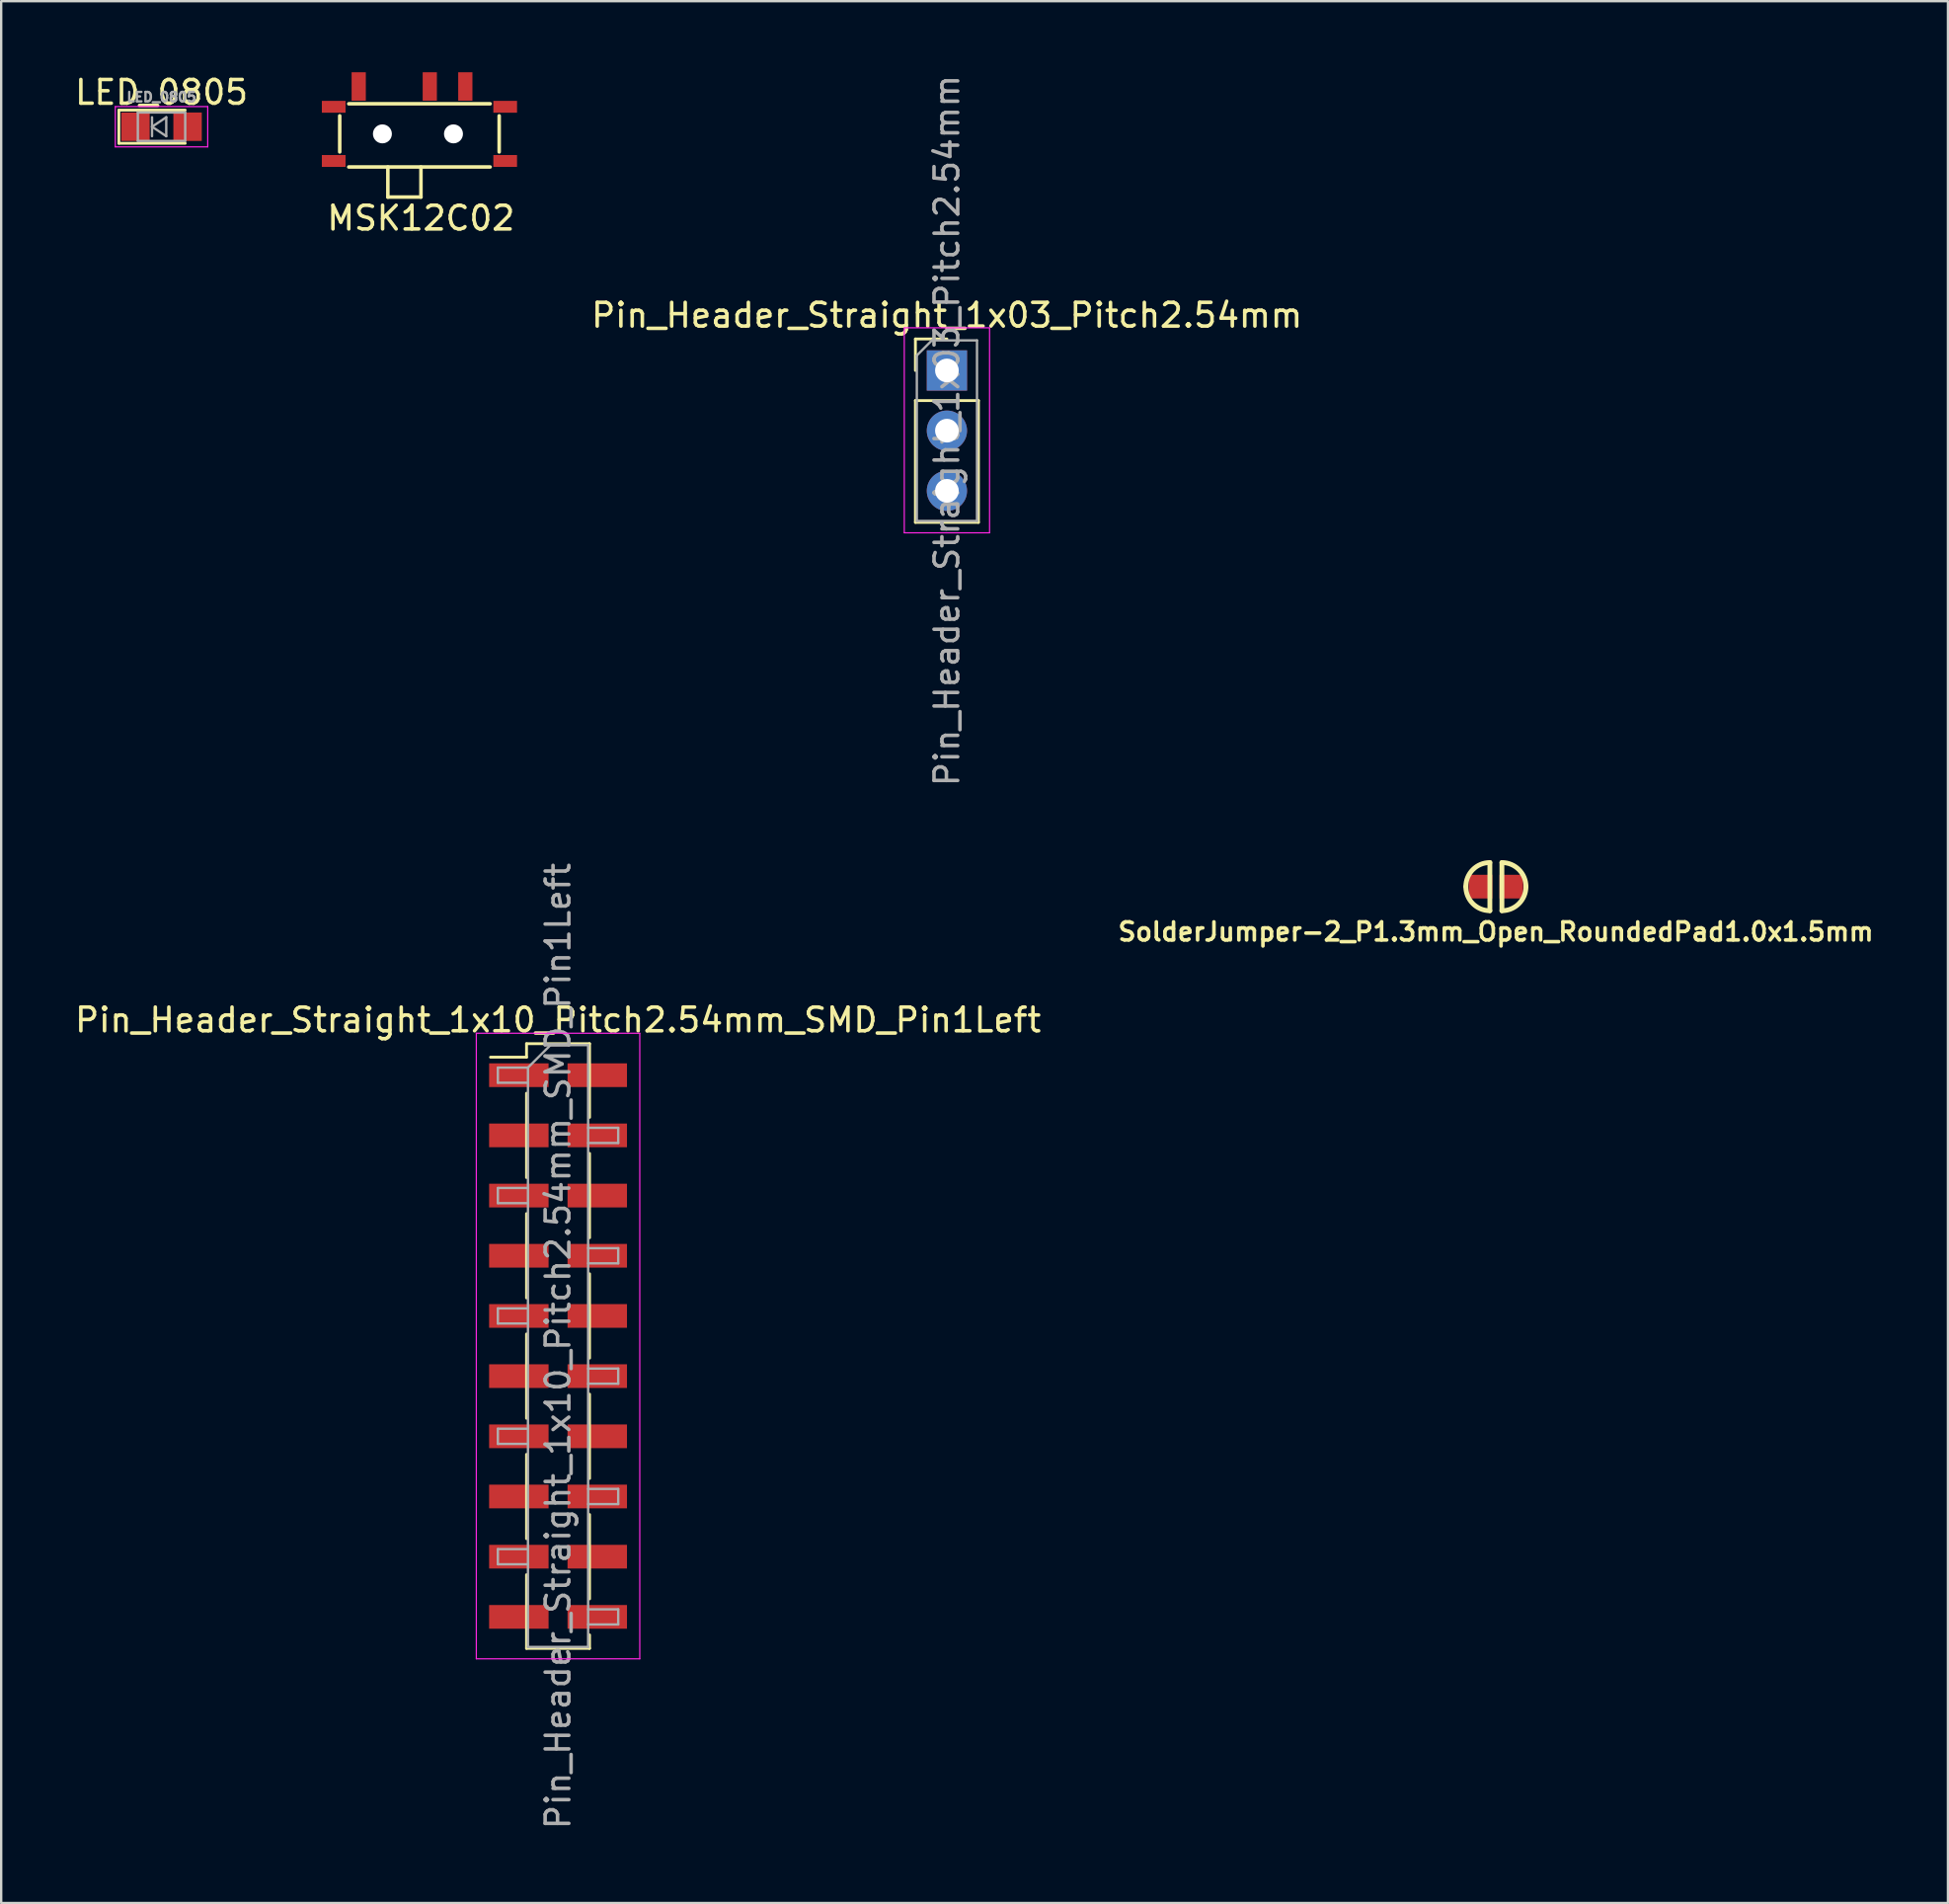
<source format=kicad_pcb>
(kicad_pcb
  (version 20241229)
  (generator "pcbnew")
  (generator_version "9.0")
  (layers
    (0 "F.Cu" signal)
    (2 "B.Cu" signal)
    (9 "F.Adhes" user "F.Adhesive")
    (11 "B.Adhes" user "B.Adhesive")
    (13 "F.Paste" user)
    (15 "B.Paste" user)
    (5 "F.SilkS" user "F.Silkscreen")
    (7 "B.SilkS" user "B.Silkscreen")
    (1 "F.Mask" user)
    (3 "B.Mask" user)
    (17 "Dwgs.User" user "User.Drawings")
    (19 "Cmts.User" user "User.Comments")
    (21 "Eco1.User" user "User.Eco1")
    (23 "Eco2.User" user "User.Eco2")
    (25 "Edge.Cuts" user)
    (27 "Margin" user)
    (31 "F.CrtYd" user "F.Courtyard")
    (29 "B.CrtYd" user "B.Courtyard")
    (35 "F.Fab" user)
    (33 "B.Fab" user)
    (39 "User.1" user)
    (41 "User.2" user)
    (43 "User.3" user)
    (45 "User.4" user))
  (footprint "Pin_Header_Straight_1x03_Pitch2.54mm"
    (layer "F.Cu")
    (at 36.921 12.585)
    (property "Reference" "Pin_Header_Straight_1x03_Pitch2.54mm" (at 0 -2.33 0) (layer "F.SilkS") (effects (font (size 1 1) (thickness 0.15))))
    (attr through_hole)
    (fp_line (start -1.33 -1.33) (end 0 -1.33) (stroke (width 0.12) (type solid)) (layer "F.SilkS"))
    (fp_line (start -1.33 0) (end -1.33 -1.33) (stroke (width 0.12) (type solid)) (layer "F.SilkS"))
    (fp_line (start -1.33 1.27) (end -1.33 6.41) (stroke (width 0.12) (type solid)) (layer "F.SilkS"))
    (fp_line (start -1.33 1.27) (end 1.33 1.27) (stroke (width 0.12) (type solid)) (layer "F.SilkS"))
    (fp_line (start -1.33 6.41) (end 1.33 6.41) (stroke (width 0.12) (type solid)) (layer "F.SilkS"))
    (fp_line (start 1.33 1.27) (end 1.33 6.41) (stroke (width 0.12) (type solid)) (layer "F.SilkS"))
    (fp_line (start -1.8 -1.8) (end -1.8 6.85) (stroke (width 0.05) (type solid)) (layer "F.CrtYd"))
    (fp_line (start -1.8 6.85) (end 1.8 6.85) (stroke (width 0.05) (type solid)) (layer "F.CrtYd"))
    (fp_line (start 1.8 -1.8) (end -1.8 -1.8) (stroke (width 0.05) (type solid)) (layer "F.CrtYd"))
    (fp_line (start 1.8 6.85) (end 1.8 -1.8) (stroke (width 0.05) (type solid)) (layer "F.CrtYd"))
    (fp_line (start -1.27 -0.635) (end -0.635 -1.27) (stroke (width 0.1) (type solid)) (layer "F.Fab"))
    (fp_line (start -1.27 6.35) (end -1.27 -0.635) (stroke (width 0.1) (type solid)) (layer "F.Fab"))
    (fp_line (start -0.635 -1.27) (end 1.27 -1.27) (stroke (width 0.1) (type solid)) (layer "F.Fab"))
    (fp_line (start 1.27 -1.27) (end 1.27 6.35) (stroke (width 0.1) (type solid)) (layer "F.Fab"))
    (fp_line (start 1.27 6.35) (end -1.27 6.35) (stroke (width 0.1) (type solid)) (layer "F.Fab"))
    (fp_text user "${REFERENCE}" (at 0 2.54 90) (layer "F.Fab") (effects (font (size 1 1) (thickness 0.15))))
    (pad "1" thru_hole rect (at 0 0) (size 1.7 1.7) (drill 1) (layers "*.Cu" "*.Mask"))
    (pad "2" thru_hole oval (at 0 2.54) (size 1.7 1.7) (drill 1) (layers "*.Cu" "*.Mask"))
    (pad "3" thru_hole oval (at 0 5.08) (size 1.7 1.7) (drill 1) (layers "*.Cu" "*.Mask")))
  (footprint "Pin_Header_Straight_1x10_Pitch2.54mm_SMD_Pin1Left"
    (layer "F.Cu")
    (at 20.506 53.756)
    (property "Reference" "Pin_Header_Straight_1x10_Pitch2.54mm_SMD_Pin1Left" (at 0 -13.76 0) (layer "F.SilkS") (effects (font (size 1 1) (thickness 0.15))))
    (attr smd)
    (fp_line (start -1.33 -12.76) (end -1.33 -12.19) (stroke (width 0.12) (type solid)) (layer "F.SilkS"))
    (fp_line (start -1.33 -12.76) (end 1.33 -12.76) (stroke (width 0.12) (type solid)) (layer "F.SilkS"))
    (fp_line (start -1.33 -12.19) (end -2.85 -12.19) (stroke (width 0.12) (type solid)) (layer "F.SilkS"))
    (fp_line (start -1.33 -10.67) (end -1.33 -7.11) (stroke (width 0.12) (type solid)) (layer "F.SilkS"))
    (fp_line (start -1.33 -5.59) (end -1.33 -2.03) (stroke (width 0.12) (type solid)) (layer "F.SilkS"))
    (fp_line (start -1.33 -0.51) (end -1.33 3.05) (stroke (width 0.12) (type solid)) (layer "F.SilkS"))
    (fp_line (start -1.33 4.57) (end -1.33 8.13) (stroke (width 0.12) (type solid)) (layer "F.SilkS"))
    (fp_line (start -1.33 9.65) (end -1.33 12.76) (stroke (width 0.12) (type solid)) (layer "F.SilkS"))
    (fp_line (start -1.33 12.76) (end 1.33 12.76) (stroke (width 0.12) (type solid)) (layer "F.SilkS"))
    (fp_line (start 1.33 -12.76) (end 1.33 -9.65) (stroke (width 0.12) (type solid)) (layer "F.SilkS"))
    (fp_line (start 1.33 -8.13) (end 1.33 -4.57) (stroke (width 0.12) (type solid)) (layer "F.SilkS"))
    (fp_line (start 1.33 -3.05) (end 1.33 0.51) (stroke (width 0.12) (type solid)) (layer "F.SilkS"))
    (fp_line (start 1.33 2.03) (end 1.33 5.59) (stroke (width 0.12) (type solid)) (layer "F.SilkS"))
    (fp_line (start 1.33 7.11) (end 1.33 10.67) (stroke (width 0.12) (type solid)) (layer "F.SilkS"))
    (fp_line (start 1.33 12.19) (end 1.33 12.76) (stroke (width 0.12) (type solid)) (layer "F.SilkS"))
    (fp_line (start -3.45 -13.2) (end -3.45 13.2) (stroke (width 0.05) (type solid)) (layer "F.CrtYd"))
    (fp_line (start -3.45 13.2) (end 3.45 13.2) (stroke (width 0.05) (type solid)) (layer "F.CrtYd"))
    (fp_line (start 3.45 -13.2) (end -3.45 -13.2) (stroke (width 0.05) (type solid)) (layer "F.CrtYd"))
    (fp_line (start 3.45 13.2) (end 3.45 -13.2) (stroke (width 0.05) (type solid)) (layer "F.CrtYd"))
    (fp_line (start -2.54 -11.75) (end -2.54 -11.11) (stroke (width 0.1) (type solid)) (layer "F.Fab"))
    (fp_line (start -2.54 -11.11) (end -1.27 -11.11) (stroke (width 0.1) (type solid)) (layer "F.Fab"))
    (fp_line (start -2.54 -6.67) (end -2.54 -6.03) (stroke (width 0.1) (type solid)) (layer "F.Fab"))
    (fp_line (start -2.54 -6.03) (end -1.27 -6.03) (stroke (width 0.1) (type solid)) (layer "F.Fab"))
    (fp_line (start -2.54 -1.59) (end -2.54 -0.95) (stroke (width 0.1) (type solid)) (layer "F.Fab"))
    (fp_line (start -2.54 -0.95) (end -1.27 -0.95) (stroke (width 0.1) (type solid)) (layer "F.Fab"))
    (fp_line (start -2.54 3.49) (end -2.54 4.13) (stroke (width 0.1) (type solid)) (layer "F.Fab"))
    (fp_line (start -2.54 4.13) (end -1.27 4.13) (stroke (width 0.1) (type solid)) (layer "F.Fab"))
    (fp_line (start -2.54 8.57) (end -2.54 9.21) (stroke (width 0.1) (type solid)) (layer "F.Fab"))
    (fp_line (start -2.54 9.21) (end -1.27 9.21) (stroke (width 0.1) (type solid)) (layer "F.Fab"))
    (fp_line (start -1.27 -11.75) (end -2.54 -11.75) (stroke (width 0.1) (type solid)) (layer "F.Fab"))
    (fp_line (start -1.27 -11.75) (end -0.32 -12.7) (stroke (width 0.1) (type solid)) (layer "F.Fab"))
    (fp_line (start -1.27 -6.67) (end -2.54 -6.67) (stroke (width 0.1) (type solid)) (layer "F.Fab"))
    (fp_line (start -1.27 -1.59) (end -2.54 -1.59) (stroke (width 0.1) (type solid)) (layer "F.Fab"))
    (fp_line (start -1.27 3.49) (end -2.54 3.49) (stroke (width 0.1) (type solid)) (layer "F.Fab"))
    (fp_line (start -1.27 8.57) (end -2.54 8.57) (stroke (width 0.1) (type solid)) (layer "F.Fab"))
    (fp_line (start -1.27 12.7) (end -1.27 -11.75) (stroke (width 0.1) (type solid)) (layer "F.Fab"))
    (fp_line (start -0.32 -12.7) (end 1.27 -12.7) (stroke (width 0.1) (type solid)) (layer "F.Fab"))
    (fp_line (start 1.27 -12.7) (end 1.27 12.7) (stroke (width 0.1) (type solid)) (layer "F.Fab"))
    (fp_line (start 1.27 -9.21) (end 2.54 -9.21) (stroke (width 0.1) (type solid)) (layer "F.Fab"))
    (fp_line (start 1.27 -4.13) (end 2.54 -4.13) (stroke (width 0.1) (type solid)) (layer "F.Fab"))
    (fp_line (start 1.27 0.95) (end 2.54 0.95) (stroke (width 0.1) (type solid)) (layer "F.Fab"))
    (fp_line (start 1.27 6.03) (end 2.54 6.03) (stroke (width 0.1) (type solid)) (layer "F.Fab"))
    (fp_line (start 1.27 11.11) (end 2.54 11.11) (stroke (width 0.1) (type solid)) (layer "F.Fab"))
    (fp_line (start 1.27 12.7) (end -1.27 12.7) (stroke (width 0.1) (type solid)) (layer "F.Fab"))
    (fp_line (start 2.54 -9.21) (end 2.54 -8.57) (stroke (width 0.1) (type solid)) (layer "F.Fab"))
    (fp_line (start 2.54 -8.57) (end 1.27 -8.57) (stroke (width 0.1) (type solid)) (layer "F.Fab"))
    (fp_line (start 2.54 -4.13) (end 2.54 -3.49) (stroke (width 0.1) (type solid)) (layer "F.Fab"))
    (fp_line (start 2.54 -3.49) (end 1.27 -3.49) (stroke (width 0.1) (type solid)) (layer "F.Fab"))
    (fp_line (start 2.54 0.95) (end 2.54 1.59) (stroke (width 0.1) (type solid)) (layer "F.Fab"))
    (fp_line (start 2.54 1.59) (end 1.27 1.59) (stroke (width 0.1) (type solid)) (layer "F.Fab"))
    (fp_line (start 2.54 6.03) (end 2.54 6.67) (stroke (width 0.1) (type solid)) (layer "F.Fab"))
    (fp_line (start 2.54 6.67) (end 1.27 6.67) (stroke (width 0.1) (type solid)) (layer "F.Fab"))
    (fp_line (start 2.54 11.11) (end 2.54 11.75) (stroke (width 0.1) (type solid)) (layer "F.Fab"))
    (fp_line (start 2.54 11.75) (end 1.27 11.75) (stroke (width 0.1) (type solid)) (layer "F.Fab"))
    (fp_text user "${REFERENCE}" (at 0 0 90) (layer "F.Fab") (effects (font (size 1 1) (thickness 0.15))))
    (pad "1" smd rect (at -1.655 -11.43) (size 2.51 1) (layers "F.Cu" "F.Mask" "F.Paste"))
    (pad "1" smd rect (at 1.655 -11.43) (size 2.51 1) (layers "F.Cu" "F.Mask" "F.Paste"))
    (pad "2" smd rect (at -1.655 -8.89) (size 2.51 1) (layers "F.Cu" "F.Mask" "F.Paste"))
    (pad "2" smd rect (at 1.655 -8.89) (size 2.51 1) (layers "F.Cu" "F.Mask" "F.Paste"))
    (pad "3" smd rect (at -1.655 -6.35) (size 2.51 1) (layers "F.Cu" "F.Mask" "F.Paste"))
    (pad "3" smd rect (at 1.655 -6.35) (size 2.51 1) (layers "F.Cu" "F.Mask" "F.Paste"))
    (pad "4" smd rect (at -1.655 -3.81) (size 2.51 1) (layers "F.Cu" "F.Mask" "F.Paste"))
    (pad "4" smd rect (at 1.655 -3.81) (size 2.51 1) (layers "F.Cu" "F.Mask" "F.Paste"))
    (pad "5" smd rect (at -1.655 -1.27) (size 2.51 1) (layers "F.Cu" "F.Mask" "F.Paste"))
    (pad "5" smd rect (at 1.655 -1.27) (size 2.51 1) (layers "F.Cu" "F.Mask" "F.Paste"))
    (pad "6" smd rect (at -1.655 1.27) (size 2.51 1) (layers "F.Cu" "F.Mask" "F.Paste"))
    (pad "6" smd rect (at 1.655 1.27) (size 2.51 1) (layers "F.Cu" "F.Mask" "F.Paste"))
    (pad "7" smd rect (at -1.655 3.81) (size 2.51 1) (layers "F.Cu" "F.Mask" "F.Paste"))
    (pad "7" smd rect (at 1.655 3.81) (size 2.51 1) (layers "F.Cu" "F.Mask" "F.Paste"))
    (pad "8" smd rect (at -1.655 6.35) (size 2.51 1) (layers "F.Cu" "F.Mask" "F.Paste"))
    (pad "8" smd rect (at 1.655 6.35) (size 2.51 1) (layers "F.Cu" "F.Mask" "F.Paste"))
    (pad "9" smd rect (at -1.655 8.89) (size 2.51 1) (layers "F.Cu" "F.Mask" "F.Paste"))
    (pad "9" smd rect (at 1.655 8.89) (size 2.51 1) (layers "F.Cu" "F.Mask" "F.Paste"))
    (pad "10" smd rect (at -1.655 11.43) (size 2.51 1) (layers "F.Cu" "F.Mask" "F.Paste"))
    (pad "10" smd rect (at 1.655 11.43) (size 2.51 1) (layers "F.Cu" "F.Mask" "F.Paste")))
  (footprint "MSK12C02"
    (layer "F.Cu")
    (at 14.592 2.6)
    (property "Reference" "MSK12C02" (at 0.127 3.556 0) (layer "F.SilkS") (effects (font (size 1 1) (thickness 0.15))))
    (attr through_hole)
    (fp_line (start -3.302 -0.762) (end -3.302 0.762) (stroke (width 0.15) (type solid)) (layer "F.SilkS"))
    (fp_line (start -2.921 -1.27) (end 3.048 -1.27) (stroke (width 0.15) (type solid)) (layer "F.SilkS"))
    (fp_line (start -2.921 1.397) (end 3.048 1.397) (stroke (width 0.15) (type solid)) (layer "F.SilkS"))
    (fp_line (start -1.27 1.397) (end -1.27 2.667) (stroke (width 0.15) (type solid)) (layer "F.SilkS"))
    (fp_line (start -1.27 2.667) (end 0.127 2.667) (stroke (width 0.15) (type solid)) (layer "F.SilkS"))
    (fp_line (start 0.127 2.667) (end 0.127 1.397) (stroke (width 0.15) (type solid)) (layer "F.SilkS"))
    (fp_line (start 3.429 -0.762) (end 3.429 0.762) (stroke (width 0.15) (type solid)) (layer "F.SilkS"))
    (pad "" np_thru_hole circle (at -1.5 0) (size 0.8 0.8) (drill 0.8) (layers "*.Cu" "*.Mask"))
    (pad "" np_thru_hole circle (at 1.5 0) (size 0.8 0.8) (drill 0.8) (layers "*.Cu" "*.Mask"))
    (pad "1" smd rect (at -2.5 -2) (size 0.6 1.2) (layers "F.Cu" "F.Mask" "F.Paste"))
    (pad "2" smd rect (at 0.5 -2) (size 0.6 1.2) (layers "F.Cu" "F.Mask" "F.Paste"))
    (pad "3" smd rect (at 2 -2) (size 0.6 1.2) (layers "F.Cu" "F.Mask" "F.Paste"))
    (pad "4" smd rect (at -3.556 -1.143) (size 1 0.5) (layers "F.Cu" "F.Mask" "F.Paste"))
    (pad "4" smd rect (at -3.556 1.143) (size 1 0.5) (layers "F.Cu" "F.Mask" "F.Paste"))
    (pad "4" smd rect (at 3.683 -1.143) (size 1 0.5) (layers "F.Cu" "F.Mask" "F.Paste"))
    (pad "4" smd rect (at 3.683 1.143) (size 1 0.5) (layers "F.Cu" "F.Mask" "F.Paste")))
  (footprint "LED_0805"
    (layer "F.Cu")
    (at 3.768 2.298)
    (property "Reference" "LED_0805" (at 0 -1.45 0) (layer "F.SilkS") (effects (font (size 1 1) (thickness 0.15))))
    (attr smd)
    (fp_line (start -1.8 -0.7) (end -1.8 0.7) (stroke (width 0.12) (type solid)) (layer "F.SilkS"))
    (fp_line (start -1.8 -0.7) (end 1 -0.7) (stroke (width 0.12) (type solid)) (layer "F.SilkS"))
    (fp_line (start -1.8 0.7) (end 1 0.7) (stroke (width 0.12) (type solid)) (layer "F.SilkS"))
    (fp_line (start -1.95 -0.85) (end 1.95 -0.85) (stroke (width 0.05) (type solid)) (layer "F.CrtYd"))
    (fp_line (start -1.95 0.85) (end -1.95 -0.85) (stroke (width 0.05) (type solid)) (layer "F.CrtYd"))
    (fp_line (start 1.95 -0.85) (end 1.95 0.85) (stroke (width 0.05) (type solid)) (layer "F.CrtYd"))
    (fp_line (start 1.95 0.85) (end -1.95 0.85) (stroke (width 0.05) (type solid)) (layer "F.CrtYd"))
    (fp_line (start -1 -0.6) (end 1 -0.6) (stroke (width 0.1) (type solid)) (layer "F.Fab"))
    (fp_line (start -1 0.6) (end -1 -0.6) (stroke (width 0.1) (type solid)) (layer "F.Fab"))
    (fp_line (start -0.4 -0.4) (end -0.4 0.4) (stroke (width 0.1) (type solid)) (layer "F.Fab"))
    (fp_line (start -0.4 0) (end 0.2 -0.4) (stroke (width 0.1) (type solid)) (layer "F.Fab"))
    (fp_line (start 0.2 -0.4) (end 0.2 0.4) (stroke (width 0.1) (type solid)) (layer "F.Fab"))
    (fp_line (start 0.2 0.4) (end -0.4 0) (stroke (width 0.1) (type solid)) (layer "F.Fab"))
    (fp_line (start 1 -0.6) (end 1 0.6) (stroke (width 0.1) (type solid)) (layer "F.Fab"))
    (fp_line (start 1 0.6) (end -1 0.6) (stroke (width 0.1) (type solid)) (layer "F.Fab"))
    (fp_text user "${REFERENCE}" (at 0 -1.25 0) (layer "F.Fab") (effects (font (size 0.4 0.4) (thickness 0.1))))
    (pad "1" smd rect (at -1.1 0 180) (size 1.2 1.2) (layers "F.Cu" "F.Mask" "F.Paste"))
    (pad "2" smd rect (at 1.1 0 180) (size 1.2 1.2) (layers "F.Cu" "F.Mask" "F.Paste")))
  (footprint "SolderJumper-2_P1.3mm_Open_RoundedPad1.0x1.5mm"
    (layer "F.Cu")
    (at 60.094 34.368)
    (property "Reference" "SolderJumper-2_P1.3mm_Open_RoundedPad1.0x1.5mm" (at 0 1.905 0) (layer "F.SilkS") (effects (font (size 0.762 0.762) (thickness 0.152))))
    (attr through_hole)
    (fp_line (start -0.254 -1.016) (end -0.254 1.016) (stroke (width 0.203) (type solid)) (layer "F.SilkS"))
    (fp_line (start 0.254 1.016) (end 0.254 -1.016) (stroke (width 0.203) (type solid)) (layer "F.SilkS"))
    (fp_arc (start -1.27 0) (mid -0.97242 -0.71842) (end -0.254 -1.016) (stroke (width 0.2032) (type solid)) (layer "F.SilkS"))
    (fp_arc (start -0.254 1.016) (mid -0.97242 0.71842) (end -1.27 0) (stroke (width 0.2032) (type solid)) (layer "F.SilkS"))
    (fp_arc (start 0.254 -1.016) (mid 0.97242 -0.71842) (end 1.27 0) (stroke (width 0.2032) (type solid)) (layer "F.SilkS"))
    (fp_arc (start 1.27 0) (mid 0.97242 0.71842) (end 0.254 1.016) (stroke (width 0.2032) (type solid)) (layer "F.SilkS"))
    (pad "1" smd rect (at -0.65 0) (size 1 1) (layers "F.Cu" "F.Mask" "F.Paste"))
    (pad "2" smd rect (at 0.65 0) (size 1 1) (layers "F.Cu" "F.Mask" "F.Paste")))
  (gr_rect
    (start -3 -3)
    (end 79.176 77.262)
    (stroke (width 0.1) (type default))
    (fill no)
    (layer "Edge.Cuts")))
</source>
